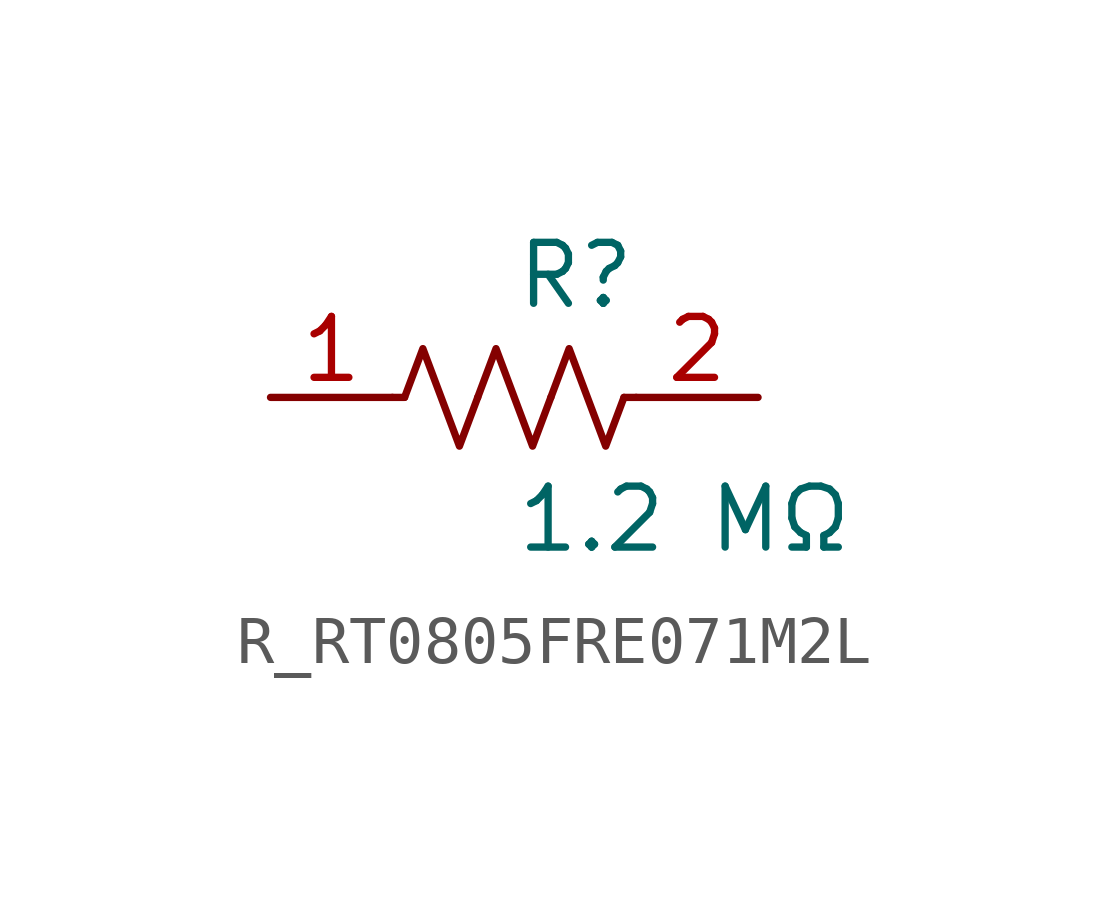
<source format=kicad_sym>
(kicad_symbol_lib
  (version 20231120)
  (generator kicad_symbol_editor)
  (generator_version 8.0)
  (symbol "R_RT0805FRE071M2L"
    (pin_names
      (offset 0.254))
    (property "Reference" "R"
      (at 0 2.54 0)
      (effects (font (size 1.27 1.27)) (justify left)))
    (property "Value" "1.2 MΩ"
      (at 0 -2.54 0)
      (effects (font (size 1.27 1.27)) (justify left)))
    (symbol "R_RT0805FRE071M2L_0_1"
      (polyline (pts (xy 2.286 0) (xy 2.54 0)) (stroke (width 0) (type default)) (fill (type none)))
      (polyline (pts (xy -2.286 0) (xy -2.54 0)) (stroke (width 0) (type default)) (fill (type none)))
      (polyline (pts (xy 0.762 0) (xy 1.143 1.016) (xy 1.524 0) (xy 1.905 -1.016) (xy 2.286 0)) (stroke (width 0) (type default)) (fill (type none)))
      (polyline (pts (xy -0.762 0) (xy -0.381 1.016) (xy 0 0) (xy 0.381 -1.016) (xy 0.762 0)) (stroke (width 0) (type default)) (fill (type none)))
      (polyline (pts (xy -2.286 0) (xy -1.905 1.016) (xy -1.524 0) (xy -1.143 -1.016) (xy -0.762 0)) (stroke (width 0) (type default)) (fill (type none))))
    (pin passive line
      (at -5.08 0 0)
      (length 2.54)
      (name "" (effects (font (size 1.27 1.27))))
      (number "1" (effects (font (size 1.27 1.27)))))
    (pin passive line
      (at 5.08 0 180)
      (length 2.54)
      (name "" (effects (font (size 1.27 1.27))))
      (number "2" (effects (font (size 1.27 1.27)))))))
</source>
